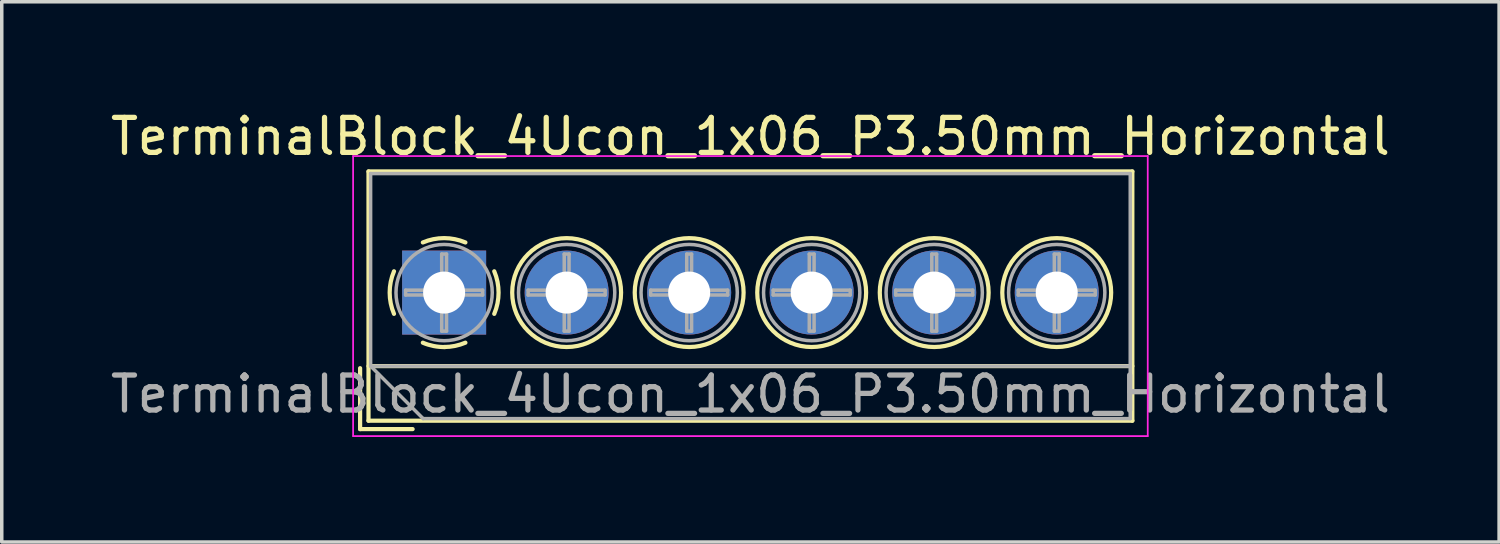
<source format=kicad_pcb>
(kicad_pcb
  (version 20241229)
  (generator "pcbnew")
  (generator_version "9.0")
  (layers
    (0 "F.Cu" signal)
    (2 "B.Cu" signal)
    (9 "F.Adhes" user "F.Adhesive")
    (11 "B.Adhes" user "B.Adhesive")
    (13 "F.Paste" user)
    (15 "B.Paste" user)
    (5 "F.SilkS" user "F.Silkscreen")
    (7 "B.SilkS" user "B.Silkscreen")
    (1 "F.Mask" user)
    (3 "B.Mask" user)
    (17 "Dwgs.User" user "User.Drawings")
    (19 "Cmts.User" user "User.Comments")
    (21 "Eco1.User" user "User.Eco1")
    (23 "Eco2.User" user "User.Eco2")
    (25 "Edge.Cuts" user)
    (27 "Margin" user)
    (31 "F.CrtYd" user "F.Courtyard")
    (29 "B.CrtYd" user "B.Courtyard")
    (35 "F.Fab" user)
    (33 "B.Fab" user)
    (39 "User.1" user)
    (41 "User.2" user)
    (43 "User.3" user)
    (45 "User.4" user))
  (footprint "TerminalBlock_4Ucon_1x06_P3.50mm_Horizontal"
    (layer "F.Cu")
    (at 9.637 5.308)
    (property "Reference" "TerminalBlock_4Ucon_1x06_P3.50mm_Horizontal" (at 8.75 -4.46 0) (layer "F.SilkS") (effects (font (size 1 1) (thickness 0.15))))
    (attr through_hole)
    (fp_line (start -2.4 2.16) (end -2.4 3.9) (stroke (width 0.12) (type solid)) (layer "F.SilkS"))
    (fp_line (start -2.4 3.9) (end -0.9 3.9) (stroke (width 0.12) (type solid)) (layer "F.SilkS"))
    (fp_line (start -2.16 -3.46) (end -2.16 3.66) (stroke (width 0.12) (type solid)) (layer "F.SilkS"))
    (fp_line (start -2.16 -3.46) (end 19.66 -3.46) (stroke (width 0.12) (type solid)) (layer "F.SilkS"))
    (fp_line (start -2.16 2.1) (end 19.66 2.1) (stroke (width 0.12) (type solid)) (layer "F.SilkS"))
    (fp_line (start -2.16 3.66) (end 19.66 3.66) (stroke (width 0.12) (type solid)) (layer "F.SilkS"))
    (fp_line (start 19.66 -3.46) (end 19.66 3.66) (stroke (width 0.12) (type solid)) (layer "F.SilkS"))
    (fp_arc (start -1.432109 0.607742) (mid -1.555727 -0.00014) (end -1.432 -0.608) (stroke (width 0.12) (type solid)) (layer "F.SilkS"))
    (fp_arc (start -0.607742 -1.432109) (mid 0.00014 -1.555727) (end 0.608 -1.432) (stroke (width 0.12) (type solid)) (layer "F.SilkS"))
    (fp_arc (start 0.027011 1.555493) (mid -0.296984 1.527118) (end -0.608 1.432) (stroke (width 0.12) (type solid)) (layer "F.SilkS"))
    (fp_arc (start 0.607587 1.431385) (mid 0.310017 1.523783) (end 0 1.555) (stroke (width 0.12) (type solid)) (layer "F.SilkS"))
    (fp_arc (start 1.432109 -0.607742) (mid 1.555727 0.00014) (end 1.432 0.608) (stroke (width 0.12) (type solid)) (layer "F.SilkS"))
    (fp_circle (center 3.5 0) (end 5.055 0) (stroke (width 0.12) (type solid)) (fill no) (layer "F.SilkS"))
    (fp_circle (center 7 0) (end 8.555 0) (stroke (width 0.12) (type solid)) (fill no) (layer "F.SilkS"))
    (fp_circle (center 10.5 0) (end 12.055 0) (stroke (width 0.12) (type solid)) (fill no) (layer "F.SilkS"))
    (fp_circle (center 14 0) (end 15.555 0) (stroke (width 0.12) (type solid)) (fill no) (layer "F.SilkS"))
    (fp_circle (center 17.5 0) (end 19.055 0) (stroke (width 0.12) (type solid)) (fill no) (layer "F.SilkS"))
    (fp_line (start -2.6 -3.9) (end -2.6 4.1) (stroke (width 0.05) (type solid)) (layer "F.CrtYd"))
    (fp_line (start -2.6 4.1) (end 20.1 4.1) (stroke (width 0.05) (type solid)) (layer "F.CrtYd"))
    (fp_line (start 20.1 -3.9) (end -2.6 -3.9) (stroke (width 0.05) (type solid)) (layer "F.CrtYd"))
    (fp_line (start 20.1 4.1) (end 20.1 -3.9) (stroke (width 0.05) (type solid)) (layer "F.CrtYd"))
    (fp_line (start -2.1 -3.4) (end 19.6 -3.4) (stroke (width 0.1) (type solid)) (layer "F.Fab"))
    (fp_line (start -2.1 2.1) (end -2.1 -3.4) (stroke (width 0.1) (type solid)) (layer "F.Fab"))
    (fp_line (start -2.1 2.1) (end 19.6 2.1) (stroke (width 0.1) (type solid)) (layer "F.Fab"))
    (fp_line (start -1.1 -0.069) (end -0.069 -0.069) (stroke (width 0.1) (type solid)) (layer "F.Fab"))
    (fp_line (start -1.1 0.069) (end -1.1 -0.069) (stroke (width 0.1) (type solid)) (layer "F.Fab"))
    (fp_line (start -0.6 3.6) (end -2.1 2.1) (stroke (width 0.1) (type solid)) (layer "F.Fab"))
    (fp_line (start -0.069 -1.1) (end 0.069 -1.1) (stroke (width 0.1) (type solid)) (layer "F.Fab"))
    (fp_line (start -0.069 -0.069) (end -0.069 -1.1) (stroke (width 0.1) (type solid)) (layer "F.Fab"))
    (fp_line (start -0.069 0.069) (end -1.1 0.069) (stroke (width 0.1) (type solid)) (layer "F.Fab"))
    (fp_line (start -0.069 1.1) (end -0.069 0.069) (stroke (width 0.1) (type solid)) (layer "F.Fab"))
    (fp_line (start 0.069 -1.1) (end 0.069 -0.069) (stroke (width 0.1) (type solid)) (layer "F.Fab"))
    (fp_line (start 0.069 -0.069) (end 1.1 -0.069) (stroke (width 0.1) (type solid)) (layer "F.Fab"))
    (fp_line (start 0.069 0.069) (end 0.069 1.1) (stroke (width 0.1) (type solid)) (layer "F.Fab"))
    (fp_line (start 0.069 1.1) (end -0.069 1.1) (stroke (width 0.1) (type solid)) (layer "F.Fab"))
    (fp_line (start 1.1 -0.069) (end 1.1 0.069) (stroke (width 0.1) (type solid)) (layer "F.Fab"))
    (fp_line (start 1.1 0.069) (end 0.069 0.069) (stroke (width 0.1) (type solid)) (layer "F.Fab"))
    (fp_line (start 2.4 -0.069) (end 3.431 -0.069) (stroke (width 0.1) (type solid)) (layer "F.Fab"))
    (fp_line (start 2.4 0.069) (end 2.4 -0.069) (stroke (width 0.1) (type solid)) (layer "F.Fab"))
    (fp_line (start 3.431 -1.1) (end 3.569 -1.1) (stroke (width 0.1) (type solid)) (layer "F.Fab"))
    (fp_line (start 3.431 -0.069) (end 3.431 -1.1) (stroke (width 0.1) (type solid)) (layer "F.Fab"))
    (fp_line (start 3.431 0.069) (end 2.4 0.069) (stroke (width 0.1) (type solid)) (layer "F.Fab"))
    (fp_line (start 3.431 1.1) (end 3.431 0.069) (stroke (width 0.1) (type solid)) (layer "F.Fab"))
    (fp_line (start 3.569 -1.1) (end 3.569 -0.069) (stroke (width 0.1) (type solid)) (layer "F.Fab"))
    (fp_line (start 3.569 -0.069) (end 4.6 -0.069) (stroke (width 0.1) (type solid)) (layer "F.Fab"))
    (fp_line (start 3.569 0.069) (end 3.569 1.1) (stroke (width 0.1) (type solid)) (layer "F.Fab"))
    (fp_line (start 3.569 1.1) (end 3.431 1.1) (stroke (width 0.1) (type solid)) (layer "F.Fab"))
    (fp_line (start 4.6 -0.069) (end 4.6 0.069) (stroke (width 0.1) (type solid)) (layer "F.Fab"))
    (fp_line (start 4.6 0.069) (end 3.569 0.069) (stroke (width 0.1) (type solid)) (layer "F.Fab"))
    (fp_line (start 5.9 -0.069) (end 6.931 -0.069) (stroke (width 0.1) (type solid)) (layer "F.Fab"))
    (fp_line (start 5.9 0.069) (end 5.9 -0.069) (stroke (width 0.1) (type solid)) (layer "F.Fab"))
    (fp_line (start 6.931 -1.1) (end 7.069 -1.1) (stroke (width 0.1) (type solid)) (layer "F.Fab"))
    (fp_line (start 6.931 -0.069) (end 6.931 -1.1) (stroke (width 0.1) (type solid)) (layer "F.Fab"))
    (fp_line (start 6.931 0.069) (end 5.9 0.069) (stroke (width 0.1) (type solid)) (layer "F.Fab"))
    (fp_line (start 6.931 1.1) (end 6.931 0.069) (stroke (width 0.1) (type solid)) (layer "F.Fab"))
    (fp_line (start 7.069 -1.1) (end 7.069 -0.069) (stroke (width 0.1) (type solid)) (layer "F.Fab"))
    (fp_line (start 7.069 -0.069) (end 8.1 -0.069) (stroke (width 0.1) (type solid)) (layer "F.Fab"))
    (fp_line (start 7.069 0.069) (end 7.069 1.1) (stroke (width 0.1) (type solid)) (layer "F.Fab"))
    (fp_line (start 7.069 1.1) (end 6.931 1.1) (stroke (width 0.1) (type solid)) (layer "F.Fab"))
    (fp_line (start 8.1 -0.069) (end 8.1 0.069) (stroke (width 0.1) (type solid)) (layer "F.Fab"))
    (fp_line (start 8.1 0.069) (end 7.069 0.069) (stroke (width 0.1) (type solid)) (layer "F.Fab"))
    (fp_line (start 9.4 -0.069) (end 10.431 -0.069) (stroke (width 0.1) (type solid)) (layer "F.Fab"))
    (fp_line (start 9.4 0.069) (end 9.4 -0.069) (stroke (width 0.1) (type solid)) (layer "F.Fab"))
    (fp_line (start 10.431 -1.1) (end 10.569 -1.1) (stroke (width 0.1) (type solid)) (layer "F.Fab"))
    (fp_line (start 10.431 -0.069) (end 10.431 -1.1) (stroke (width 0.1) (type solid)) (layer "F.Fab"))
    (fp_line (start 10.431 0.069) (end 9.4 0.069) (stroke (width 0.1) (type solid)) (layer "F.Fab"))
    (fp_line (start 10.431 1.1) (end 10.431 0.069) (stroke (width 0.1) (type solid)) (layer "F.Fab"))
    (fp_line (start 10.569 -1.1) (end 10.569 -0.069) (stroke (width 0.1) (type solid)) (layer "F.Fab"))
    (fp_line (start 10.569 -0.069) (end 11.6 -0.069) (stroke (width 0.1) (type solid)) (layer "F.Fab"))
    (fp_line (start 10.569 0.069) (end 10.569 1.1) (stroke (width 0.1) (type solid)) (layer "F.Fab"))
    (fp_line (start 10.569 1.1) (end 10.431 1.1) (stroke (width 0.1) (type solid)) (layer "F.Fab"))
    (fp_line (start 11.6 -0.069) (end 11.6 0.069) (stroke (width 0.1) (type solid)) (layer "F.Fab"))
    (fp_line (start 11.6 0.069) (end 10.569 0.069) (stroke (width 0.1) (type solid)) (layer "F.Fab"))
    (fp_line (start 12.9 -0.069) (end 13.931 -0.069) (stroke (width 0.1) (type solid)) (layer "F.Fab"))
    (fp_line (start 12.9 0.069) (end 12.9 -0.069) (stroke (width 0.1) (type solid)) (layer "F.Fab"))
    (fp_line (start 13.931 -1.1) (end 14.069 -1.1) (stroke (width 0.1) (type solid)) (layer "F.Fab"))
    (fp_line (start 13.931 -0.069) (end 13.931 -1.1) (stroke (width 0.1) (type solid)) (layer "F.Fab"))
    (fp_line (start 13.931 0.069) (end 12.9 0.069) (stroke (width 0.1) (type solid)) (layer "F.Fab"))
    (fp_line (start 13.931 1.1) (end 13.931 0.069) (stroke (width 0.1) (type solid)) (layer "F.Fab"))
    (fp_line (start 14.069 -1.1) (end 14.069 -0.069) (stroke (width 0.1) (type solid)) (layer "F.Fab"))
    (fp_line (start 14.069 -0.069) (end 15.1 -0.069) (stroke (width 0.1) (type solid)) (layer "F.Fab"))
    (fp_line (start 14.069 0.069) (end 14.069 1.1) (stroke (width 0.1) (type solid)) (layer "F.Fab"))
    (fp_line (start 14.069 1.1) (end 13.931 1.1) (stroke (width 0.1) (type solid)) (layer "F.Fab"))
    (fp_line (start 15.1 -0.069) (end 15.1 0.069) (stroke (width 0.1) (type solid)) (layer "F.Fab"))
    (fp_line (start 15.1 0.069) (end 14.069 0.069) (stroke (width 0.1) (type solid)) (layer "F.Fab"))
    (fp_line (start 16.4 -0.069) (end 17.431 -0.069) (stroke (width 0.1) (type solid)) (layer "F.Fab"))
    (fp_line (start 16.4 0.069) (end 16.4 -0.069) (stroke (width 0.1) (type solid)) (layer "F.Fab"))
    (fp_line (start 17.431 -1.1) (end 17.569 -1.1) (stroke (width 0.1) (type solid)) (layer "F.Fab"))
    (fp_line (start 17.431 -0.069) (end 17.431 -1.1) (stroke (width 0.1) (type solid)) (layer "F.Fab"))
    (fp_line (start 17.431 0.069) (end 16.4 0.069) (stroke (width 0.1) (type solid)) (layer "F.Fab"))
    (fp_line (start 17.431 1.1) (end 17.431 0.069) (stroke (width 0.1) (type solid)) (layer "F.Fab"))
    (fp_line (start 17.569 -1.1) (end 17.569 -0.069) (stroke (width 0.1) (type solid)) (layer "F.Fab"))
    (fp_line (start 17.569 -0.069) (end 18.6 -0.069) (stroke (width 0.1) (type solid)) (layer "F.Fab"))
    (fp_line (start 17.569 0.069) (end 17.569 1.1) (stroke (width 0.1) (type solid)) (layer "F.Fab"))
    (fp_line (start 17.569 1.1) (end 17.431 1.1) (stroke (width 0.1) (type solid)) (layer "F.Fab"))
    (fp_line (start 18.6 -0.069) (end 18.6 0.069) (stroke (width 0.1) (type solid)) (layer "F.Fab"))
    (fp_line (start 18.6 0.069) (end 17.569 0.069) (stroke (width 0.1) (type solid)) (layer "F.Fab"))
    (fp_line (start 19.6 -3.4) (end 19.6 3.6) (stroke (width 0.1) (type solid)) (layer "F.Fab"))
    (fp_line (start 19.6 3.6) (end -0.6 3.6) (stroke (width 0.1) (type solid)) (layer "F.Fab"))
    (fp_circle (center 0 0) (end 1.375 0) (stroke (width 0.1) (type solid)) (fill no) (layer "F.Fab"))
    (fp_circle (center 3.5 0) (end 4.875 0) (stroke (width 0.1) (type solid)) (fill no) (layer "F.Fab"))
    (fp_circle (center 7 0) (end 8.375 0) (stroke (width 0.1) (type solid)) (fill no) (layer "F.Fab"))
    (fp_circle (center 10.5 0) (end 11.875 0) (stroke (width 0.1) (type solid)) (fill no) (layer "F.Fab"))
    (fp_circle (center 14 0) (end 15.375 0) (stroke (width 0.1) (type solid)) (fill no) (layer "F.Fab"))
    (fp_circle (center 17.5 0) (end 18.875 0) (stroke (width 0.1) (type solid)) (fill no) (layer "F.Fab"))
    (fp_text user "${REFERENCE}" (at 8.75 2.9 0) (layer "F.Fab") (effects (font (size 1 1) (thickness 0.15))))
    (pad "1" thru_hole rect (at 0 0) (size 2.4 2.4) (drill 1.2) (layers "*.Cu" "*.Mask"))
    (pad "2" thru_hole circle (at 3.5 0) (size 2.4 2.4) (drill 1.2) (layers "*.Cu" "*.Mask"))
    (pad "3" thru_hole circle (at 7 0) (size 2.4 2.4) (drill 1.2) (layers "*.Cu" "*.Mask"))
    (pad "4" thru_hole circle (at 10.5 0) (size 2.4 2.4) (drill 1.2) (layers "*.Cu" "*.Mask"))
    (pad "5" thru_hole circle (at 14 0) (size 2.4 2.4) (drill 1.2) (layers "*.Cu" "*.Mask"))
    (pad "6" thru_hole circle (at 17.5 0) (size 2.4 2.4) (drill 1.2) (layers "*.Cu" "*.Mask")))
  (gr_rect
    (start -3 -3)
    (end 39.774 12.433)
    (stroke (width 0.1) (type default))
    (fill no)
    (layer "Edge.Cuts")))
</source>
